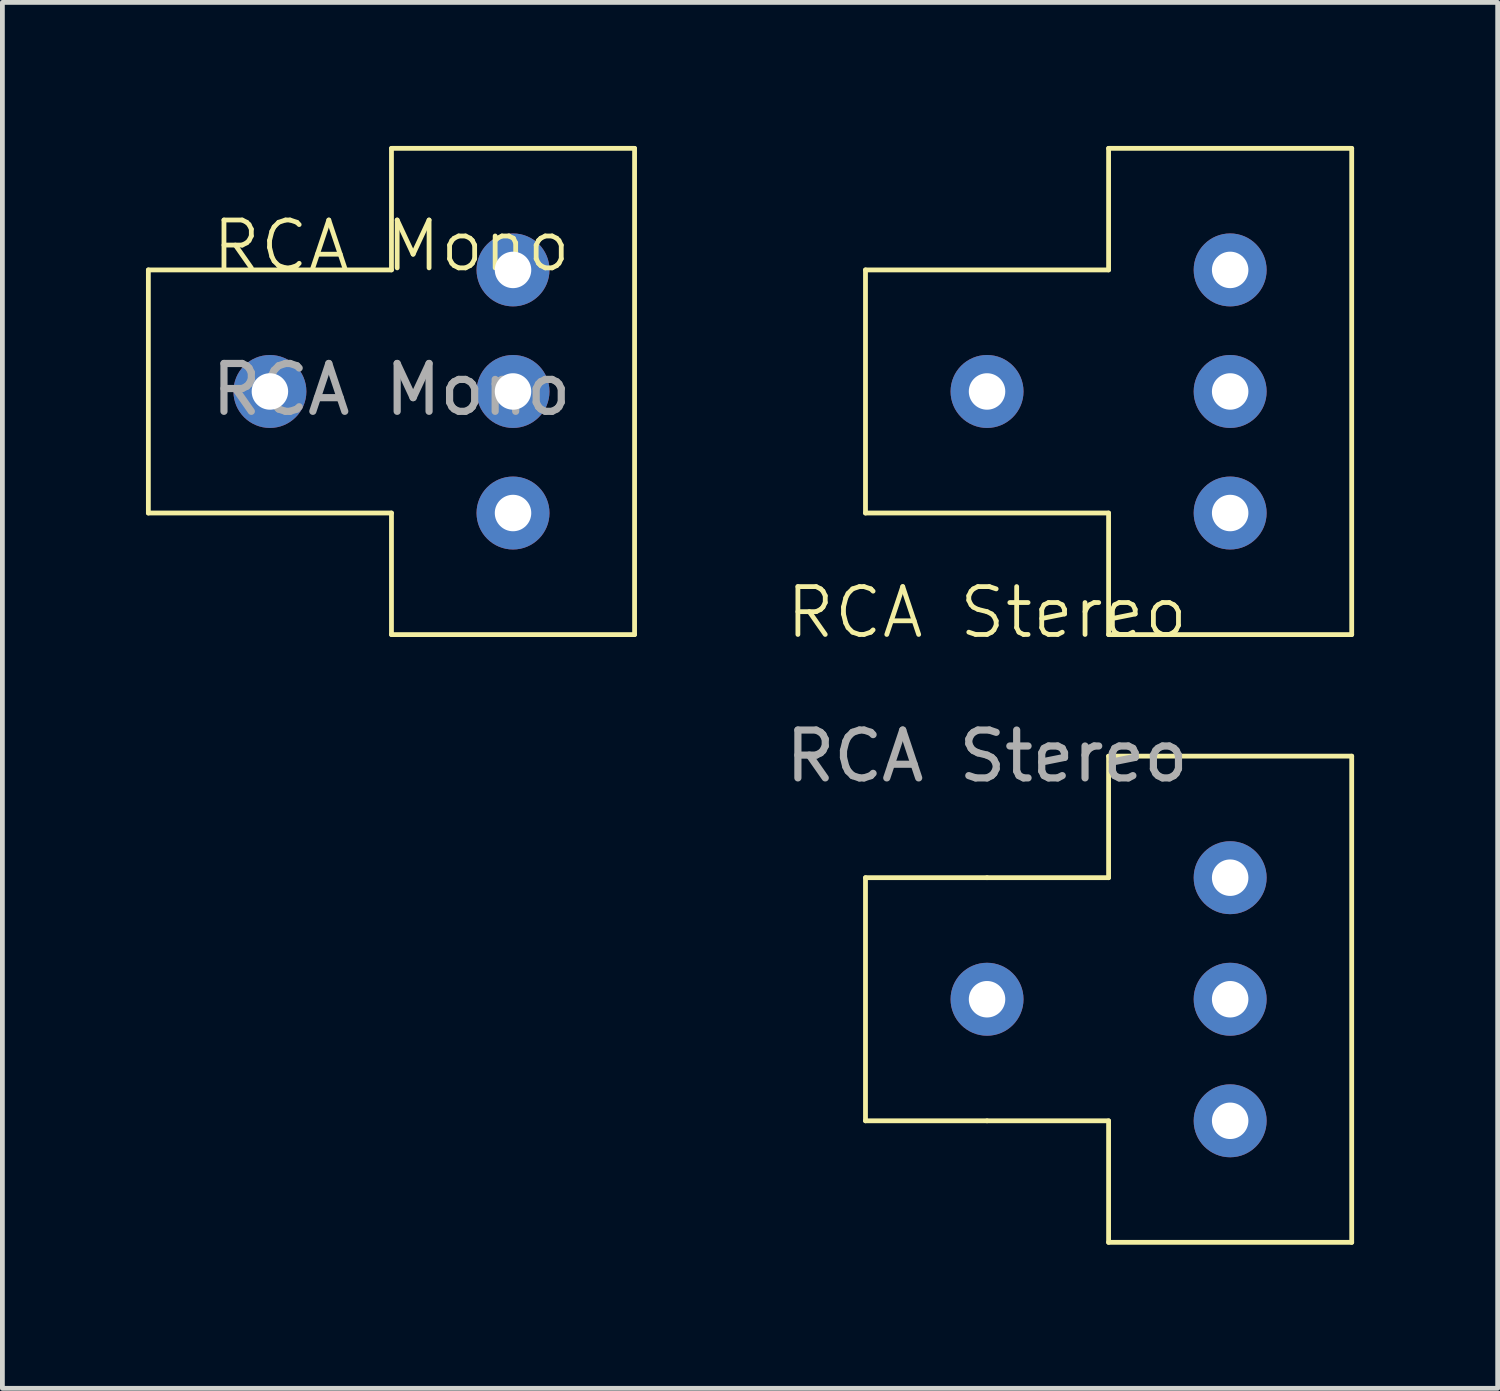
<source format=kicad_pcb>
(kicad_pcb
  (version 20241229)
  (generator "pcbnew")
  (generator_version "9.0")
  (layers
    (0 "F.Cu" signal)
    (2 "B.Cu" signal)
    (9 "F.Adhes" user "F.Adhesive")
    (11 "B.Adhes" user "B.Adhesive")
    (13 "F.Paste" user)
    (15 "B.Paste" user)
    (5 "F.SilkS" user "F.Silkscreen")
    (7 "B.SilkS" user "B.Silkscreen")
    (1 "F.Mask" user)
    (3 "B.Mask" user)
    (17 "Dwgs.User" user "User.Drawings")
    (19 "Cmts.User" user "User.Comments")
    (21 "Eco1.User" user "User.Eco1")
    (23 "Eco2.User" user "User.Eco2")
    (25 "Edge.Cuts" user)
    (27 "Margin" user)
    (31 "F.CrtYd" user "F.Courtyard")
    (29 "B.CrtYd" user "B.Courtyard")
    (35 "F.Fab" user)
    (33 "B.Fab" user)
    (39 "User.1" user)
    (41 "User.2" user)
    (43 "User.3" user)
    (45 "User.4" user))
  (footprint "RCA Mono"
    (layer "F.Cu")
    (at 5.13 2.59)
    (property "Reference" "RCA Mono" (at 0 -0.5 0) (unlocked yes) (layer "F.SilkS") (effects (font (size 1 1) (thickness 0.1))))
    (attr through_hole)
    (fp_line (start -5.08 0) (end -5.08 5.08) (stroke (width 0.1) (type default)) (layer "F.SilkS"))
    (fp_line (start -5.08 5.08) (end 0 5.08) (stroke (width 0.1) (type default)) (layer "F.SilkS"))
    (fp_line (start 0 -2.54) (end 0 0) (stroke (width 0.1) (type default)) (layer "F.SilkS"))
    (fp_line (start 0 0) (end -5.08 0) (stroke (width 0.1) (type default)) (layer "F.SilkS"))
    (fp_line (start 0 5.08) (end 0 7.62) (stroke (width 0.1) (type default)) (layer "F.SilkS"))
    (fp_line (start 0 7.62) (end 5.08 7.62) (stroke (width 0.1) (type default)) (layer "F.SilkS"))
    (fp_line (start 5.08 -2.54) (end 0 -2.54) (stroke (width 0.1) (type default)) (layer "F.SilkS"))
    (fp_line (start 5.08 7.62) (end 5.08 -2.54) (stroke (width 0.1) (type default)) (layer "F.SilkS"))
    (fp_text user "${REFERENCE}" (at 0 2.5 0) (unlocked yes) (layer "F.Fab") (effects (font (size 1 1) (thickness 0.15))))
    (pad "1" thru_hole circle (at -2.54 2.54) (size 1.524 1.524) (drill 0.762) (layers "*.Cu" "*.Mask"))
    (pad "2" thru_hole circle (at 2.54 2.54) (size 1.524 1.524) (drill 0.762) (layers "*.Cu" "*.Mask"))
    (pad "3" thru_hole circle (at 2.54 0) (size 1.524 1.524) (drill 0.762) (layers "*.Cu" "*.Mask"))
    (pad "4" thru_hole circle (at 2.54 5.08) (size 1.524 1.524) (drill 0.762) (layers "*.Cu" "*.Mask")))
  (footprint "RCA Stereo"
    (layer "F.Cu")
    (at 17.575 12.75)
    (property "Reference" "RCA Stereo" (at 0 -3 0) (unlocked yes) (layer "F.SilkS") (effects (font (size 1 1) (thickness 0.1))))
    (attr through_hole)
    (fp_line (start -2.54 -10.16) (end 2.54 -10.16) (stroke (width 0.1) (type default)) (layer "F.SilkS"))
    (fp_line (start -2.54 -5.08) (end -2.54 -10.16) (stroke (width 0.1) (type default)) (layer "F.SilkS"))
    (fp_line (start -2.54 2.54) (end -2.54 7.62) (stroke (width 0.1) (type default)) (layer "F.SilkS"))
    (fp_line (start -2.54 7.62) (end 0 7.62) (stroke (width 0.1) (type default)) (layer "F.SilkS"))
    (fp_line (start 0 2.54) (end -2.54 2.54) (stroke (width 0.1) (type default)) (layer "F.SilkS"))
    (fp_line (start 0 7.62) (end 2.54 7.62) (stroke (width 0.1) (type default)) (layer "F.SilkS"))
    (fp_line (start 2.54 -12.7) (end 7.62 -12.7) (stroke (width 0.1) (type default)) (layer "F.SilkS"))
    (fp_line (start 2.54 -10.16) (end 2.54 -12.7) (stroke (width 0.1) (type default)) (layer "F.SilkS"))
    (fp_line (start 2.54 -5.08) (end -2.54 -5.08) (stroke (width 0.1) (type default)) (layer "F.SilkS"))
    (fp_line (start 2.54 -2.54) (end 2.54 -5.08) (stroke (width 0.1) (type default)) (layer "F.SilkS"))
    (fp_line (start 2.54 0) (end 2.54 2.54) (stroke (width 0.1) (type default)) (layer "F.SilkS"))
    (fp_line (start 2.54 2.54) (end 0 2.54) (stroke (width 0.1) (type default)) (layer "F.SilkS"))
    (fp_line (start 2.54 7.62) (end 2.54 10.16) (stroke (width 0.1) (type default)) (layer "F.SilkS"))
    (fp_line (start 7.62 -12.7) (end 7.62 -2.54) (stroke (width 0.1) (type default)) (layer "F.SilkS"))
    (fp_line (start 7.62 -2.54) (end 2.54 -2.54) (stroke (width 0.1) (type default)) (layer "F.SilkS"))
    (fp_line (start 7.62 0) (end 2.54 0) (stroke (width 0.1) (type default)) (layer "F.SilkS"))
    (fp_line (start 7.62 10.16) (end 2.54 10.16) (stroke (width 0.1) (type default)) (layer "F.SilkS"))
    (fp_line (start 7.62 10.16) (end 7.62 0) (stroke (width 0.1) (type default)) (layer "F.SilkS"))
    (fp_text user "${REFERENCE}" (at 0 0 0) (unlocked yes) (layer "F.Fab") (effects (font (size 1 1) (thickness 0.15))))
    (pad "1" thru_hole circle (at 0 5.08) (size 1.524 1.524) (drill 0.762) (layers "*.Cu" "*.Mask"))
    (pad "2" thru_hole circle (at 5.08 5.08) (size 1.524 1.524) (drill 0.762) (layers "*.Cu" "*.Mask"))
    (pad "3" thru_hole circle (at 5.08 2.54) (size 1.524 1.524) (drill 0.762) (layers "*.Cu" "*.Mask"))
    (pad "4" thru_hole circle (at 5.08 7.62) (size 1.524 1.524) (drill 0.762) (layers "*.Cu" "*.Mask"))
    (pad "9" thru_hole circle (at 5.08 -5.08) (size 1.524 1.524) (drill 0.762) (layers "*.Cu" "*.Mask"))
    (pad "10" thru_hole circle (at 5.08 -7.62) (size 1.524 1.524) (drill 0.762) (layers "*.Cu" "*.Mask"))
    (pad "11" thru_hole circle (at 5.08 -10.16) (size 1.524 1.524) (drill 0.762) (layers "*.Cu" "*.Mask"))
    (pad "13" thru_hole circle (at 0 -7.62) (size 1.524 1.524) (drill 0.762) (layers "*.Cu" "*.Mask")))
  (gr_rect
    (start -3 -3)
    (end 28.245 25.96)
    (stroke (width 0.1) (type default))
    (fill no)
    (layer "Edge.Cuts")))
</source>
